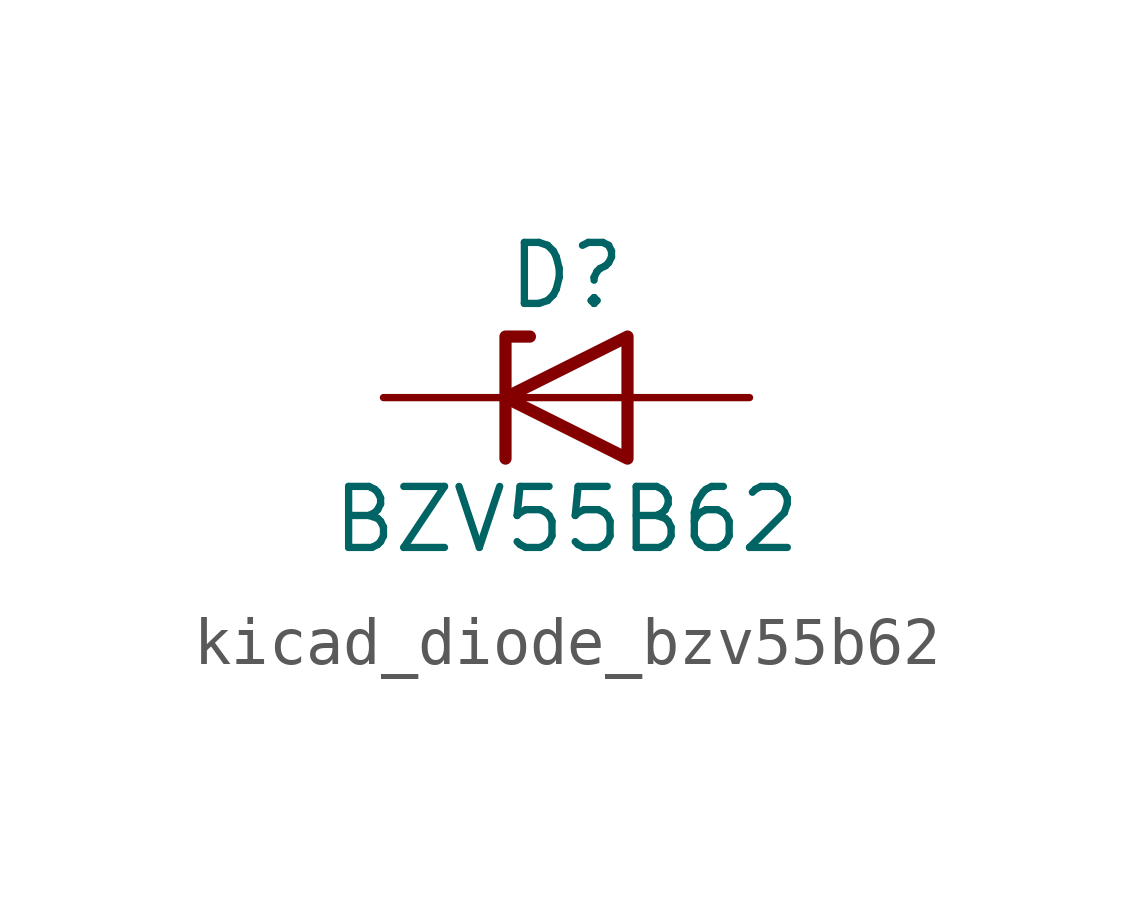
<source format=kicad_sym>
(kicad_symbol_lib
  (version 20220914)
  (generator kicad_symbol_editor)
  (symbol "kicad_diode_bzv55b62"
    (pin_numbers hide)
    (pin_names hide)
    (property "Reference" "D"
      (at 0 2.54 0)
      (effects (font (size 1.27 1.27))))
    (property "Value" "BZV55B62"
      (at 0 -2.54 0)
      (effects (font (size 1.27 1.27))))
    (symbol "kicad_diode_bzv55b62_0_1"
      (polyline (pts (xy 1.27 0) (xy -1.27 0)) (stroke (width 0) (type default)) (fill (type none)))
      (polyline (pts (xy -1.27 -1.27) (xy -1.27 1.27) (xy -0.762 1.27)) (stroke (width 0.254) (type default)) (fill (type none)))
      (polyline (pts (xy 1.27 -1.27) (xy 1.27 1.27) (xy -1.27 0) (xy 1.27 -1.27)) (stroke (width 0.254) (type default)) (fill (type none))))
    (symbol "kicad_diode_bzv55b62_1_1"
      (pin passive line (at -3.81 0 0) (length 2.54) (name "K" (effects (font (size 1.27 1.27)))) (number "1" (effects (font (size 1.27 1.27)))))
      (pin passive line (at 3.81 0 180) (length 2.54) (name "A" (effects (font (size 1.27 1.27)))) (number "2" (effects (font (size 1.27 1.27))))))))
</source>
